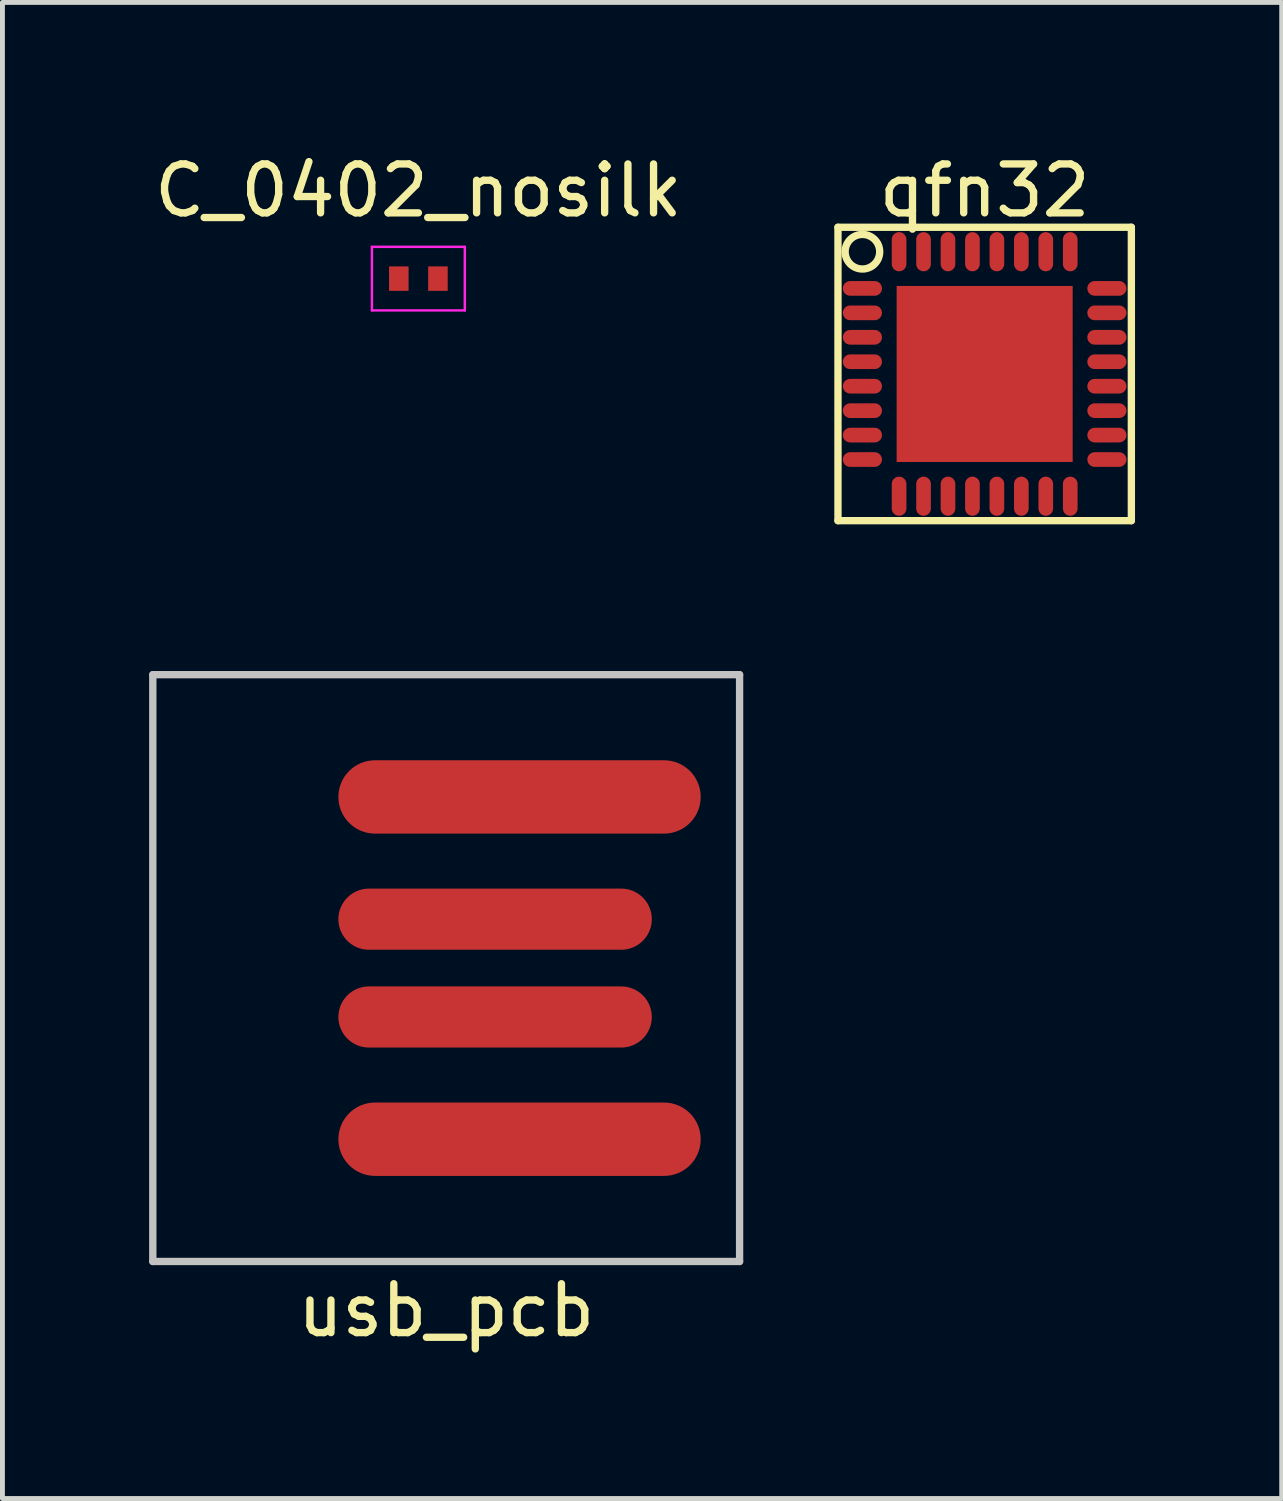
<source format=kicad_pcb>
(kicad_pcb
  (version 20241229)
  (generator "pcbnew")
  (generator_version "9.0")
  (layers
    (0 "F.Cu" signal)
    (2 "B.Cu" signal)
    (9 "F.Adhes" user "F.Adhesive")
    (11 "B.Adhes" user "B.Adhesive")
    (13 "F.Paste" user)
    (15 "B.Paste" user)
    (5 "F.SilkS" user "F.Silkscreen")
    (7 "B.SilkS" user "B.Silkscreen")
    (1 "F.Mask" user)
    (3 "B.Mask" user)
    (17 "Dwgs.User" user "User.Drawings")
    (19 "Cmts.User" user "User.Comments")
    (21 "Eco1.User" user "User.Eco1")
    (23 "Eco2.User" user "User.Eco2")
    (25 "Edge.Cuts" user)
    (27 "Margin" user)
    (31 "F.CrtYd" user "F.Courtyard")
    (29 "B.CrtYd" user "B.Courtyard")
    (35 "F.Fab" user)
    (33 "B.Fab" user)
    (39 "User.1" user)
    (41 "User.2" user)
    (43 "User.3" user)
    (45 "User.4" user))
  (footprint "usb_pcb"
    (layer "F.Cu")
    (at 6.075 16.748)
    (property "Reference" "usb_pcb" (at 0 7 0) (layer "F.SilkS") (effects (font (size 1 1) (thickness 0.15))))
    (attr through_hole)
    (fp_line (start -6 -6) (end 6 -6) (stroke (width 0.15) (type solid)) (layer "Dwgs.User"))
    (fp_line (start -6 6) (end -6 -6) (stroke (width 0.15) (type solid)) (layer "Dwgs.User"))
    (fp_line (start 6 -6) (end 6 6) (stroke (width 0.15) (type solid)) (layer "Dwgs.User"))
    (fp_line (start 6 6) (end -6 6) (stroke (width 0.15) (type solid)) (layer "Dwgs.User"))
    (pad "1" smd oval (at 1.5 -3.5) (size 7.41 1.5) (layers "F.Cu" "F.Mask"))
    (pad "2" smd oval (at 1 -1) (size 6.41 1.25) (layers "F.Cu" "F.Mask"))
    (pad "3" smd oval (at 1 1) (size 6.41 1.25) (layers "F.Cu" "F.Mask"))
    (pad "4" smd oval (at 1.5 3.5) (size 7.41 1.5) (layers "F.Cu" "F.Mask")))
  (footprint "qfn32"
    (layer "F.Cu")
    (at 17.087 4.598)
    (property "Reference" "qfn32" (at 0 -3.75 0) (layer "F.SilkS") (effects (font (size 1 1) (thickness 0.15))))
    (attr through_hole)
    (fp_line (start -3 -3) (end 3 -3) (stroke (width 0.15) (type solid)) (layer "F.SilkS"))
    (fp_line (start -3 3) (end -3 -3) (stroke (width 0.15) (type solid)) (layer "F.SilkS"))
    (fp_line (start 3 -3) (end 3 3) (stroke (width 0.15) (type solid)) (layer "F.SilkS"))
    (fp_line (start 3 3) (end -3 3) (stroke (width 0.15) (type solid)) (layer "F.SilkS"))
    (fp_circle (center -2.5 -2.5) (end -2.75 -2.75) (stroke (width 0.15) (type solid)) (fill no) (layer "F.SilkS"))
    (pad "1" smd oval (at -2.5 -1.75) (size 0.8 0.3) (layers "F.Cu" "F.Mask" "F.Paste"))
    (pad "2" smd oval (at -2.5 -1.25) (size 0.8 0.3) (layers "F.Cu" "F.Mask" "F.Paste"))
    (pad "3" smd oval (at -2.5 -0.75) (size 0.8 0.3) (layers "F.Cu" "F.Mask" "F.Paste"))
    (pad "4" smd oval (at -2.5 -0.25) (size 0.8 0.3) (layers "F.Cu" "F.Mask" "F.Paste"))
    (pad "5" smd oval (at -2.5 0.25) (size 0.8 0.3) (layers "F.Cu" "F.Mask" "F.Paste"))
    (pad "6" smd oval (at -2.5 0.75) (size 0.8 0.3) (layers "F.Cu" "F.Mask" "F.Paste"))
    (pad "7" smd oval (at -2.5 1.25) (size 0.8 0.3) (layers "F.Cu" "F.Mask" "F.Paste"))
    (pad "8" smd oval (at -2.5 1.75) (size 0.8 0.3) (layers "F.Cu" "F.Mask" "F.Paste"))
    (pad "9" smd oval (at -1.75 2.5 90) (size 0.8 0.3) (layers "F.Cu" "F.Mask" "F.Paste"))
    (pad "10" smd oval (at -1.25 2.5 90) (size 0.8 0.3) (layers "F.Cu" "F.Mask" "F.Paste"))
    (pad "11" smd oval (at -0.75 2.5 90) (size 0.8 0.3) (layers "F.Cu" "F.Mask" "F.Paste"))
    (pad "12" smd oval (at -0.25 2.5 90) (size 0.8 0.3) (layers "F.Cu" "F.Mask" "F.Paste"))
    (pad "13" smd oval (at 0.25 2.5 90) (size 0.8 0.3) (layers "F.Cu" "F.Mask" "F.Paste"))
    (pad "14" smd oval (at 0.75 2.5 90) (size 0.8 0.3) (layers "F.Cu" "F.Mask" "F.Paste"))
    (pad "15" smd oval (at 1.25 2.5 90) (size 0.8 0.3) (layers "F.Cu" "F.Mask" "F.Paste"))
    (pad "16" smd oval (at 1.75 2.5 90) (size 0.8 0.3) (layers "F.Cu" "F.Mask" "F.Paste"))
    (pad "17" smd oval (at 2.5 1.75) (size 0.8 0.3) (layers "F.Cu" "F.Mask" "F.Paste"))
    (pad "18" smd oval (at 2.5 1.25) (size 0.8 0.3) (layers "F.Cu" "F.Mask" "F.Paste"))
    (pad "19" smd oval (at 2.5 0.75) (size 0.8 0.3) (layers "F.Cu" "F.Mask" "F.Paste"))
    (pad "20" smd oval (at 2.5 0.25) (size 0.8 0.3) (layers "F.Cu" "F.Mask" "F.Paste"))
    (pad "21" smd oval (at 2.5 -0.25) (size 0.8 0.3) (layers "F.Cu" "F.Mask" "F.Paste"))
    (pad "22" smd oval (at 2.5 -0.75) (size 0.8 0.3) (layers "F.Cu" "F.Mask" "F.Paste"))
    (pad "23" smd oval (at 2.5 -1.25) (size 0.8 0.3) (layers "F.Cu" "F.Mask" "F.Paste"))
    (pad "24" smd oval (at 2.5 -1.75) (size 0.8 0.3) (layers "F.Cu" "F.Mask" "F.Paste"))
    (pad "25" smd oval (at 1.75 -2.5 90) (size 0.8 0.3) (layers "F.Cu" "F.Mask" "F.Paste"))
    (pad "26" smd oval (at 1.25 -2.5 90) (size 0.8 0.3) (layers "F.Cu" "F.Mask" "F.Paste"))
    (pad "27" smd oval (at 0.75 -2.5 90) (size 0.8 0.3) (layers "F.Cu" "F.Mask" "F.Paste"))
    (pad "28" smd oval (at 0.25 -2.5 90) (size 0.8 0.3) (layers "F.Cu" "F.Mask" "F.Paste"))
    (pad "29" smd oval (at -0.25 -2.5 90) (size 0.8 0.3) (layers "F.Cu" "F.Mask" "F.Paste"))
    (pad "30" smd oval (at -0.75 -2.5 90) (size 0.8 0.3) (layers "F.Cu" "F.Mask" "F.Paste"))
    (pad "31" smd oval (at -1.25 -2.5 90) (size 0.8 0.3) (layers "F.Cu" "F.Mask" "F.Paste"))
    (pad "32" smd oval (at -1.75 -2.5 90) (size 0.8 0.3) (layers "F.Cu" "F.Mask" "F.Paste"))
    (pad "33" smd rect (at 0 0) (size 3.6 3.6) (layers "F.Cu" "F.Mask" "F.Paste")))
  (footprint "C_0402_nosilk"
    (layer "F.Cu")
    (at 5.506 2.648)
    (property "Reference" "C_0402_nosilk" (at 0 -1.8 0) (layer "F.SilkS") (effects (font (size 1 1) (thickness 0.15))))
    (attr smd)
    (fp_line (start -0.95 -0.65) (end -0.95 0.65) (stroke (width 0.05) (type solid)) (layer "F.CrtYd"))
    (fp_line (start -0.95 -0.65) (end 0.95 -0.65) (stroke (width 0.05) (type solid)) (layer "F.CrtYd"))
    (fp_line (start -0.95 0.65) (end 0.95 0.65) (stroke (width 0.05) (type solid)) (layer "F.CrtYd"))
    (fp_line (start 0.95 -0.65) (end 0.95 0.65) (stroke (width 0.05) (type solid)) (layer "F.CrtYd"))
    (pad "1" smd rect (at -0.4 0) (size 0.4 0.5) (layers "F.Cu" "F.Mask" "F.Paste"))
    (pad "2" smd rect (at 0.4 0) (size 0.4 0.5) (layers "F.Cu" "F.Mask" "F.Paste")))
  (gr_rect
    (start -3 -3)
    (end 23.162 27.596)
    (stroke (width 0.1) (type default))
    (fill no)
    (layer "Edge.Cuts")))
</source>
